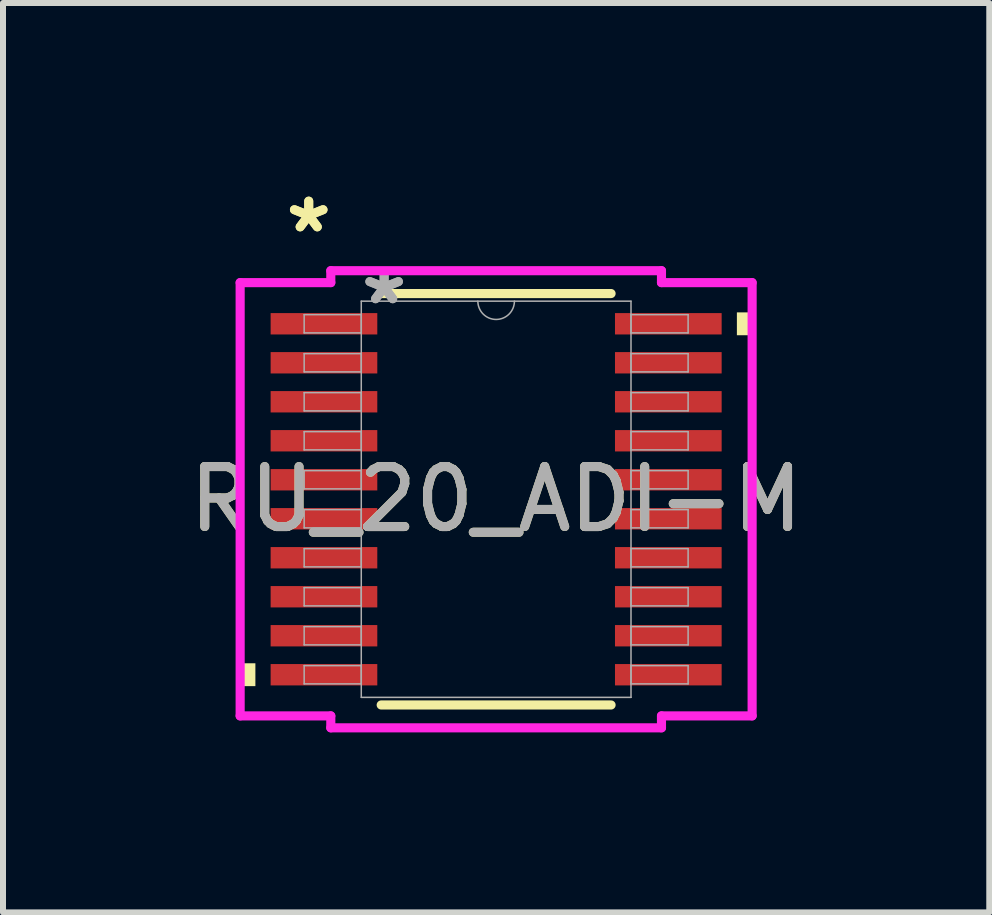
<source format=kicad_pcb>
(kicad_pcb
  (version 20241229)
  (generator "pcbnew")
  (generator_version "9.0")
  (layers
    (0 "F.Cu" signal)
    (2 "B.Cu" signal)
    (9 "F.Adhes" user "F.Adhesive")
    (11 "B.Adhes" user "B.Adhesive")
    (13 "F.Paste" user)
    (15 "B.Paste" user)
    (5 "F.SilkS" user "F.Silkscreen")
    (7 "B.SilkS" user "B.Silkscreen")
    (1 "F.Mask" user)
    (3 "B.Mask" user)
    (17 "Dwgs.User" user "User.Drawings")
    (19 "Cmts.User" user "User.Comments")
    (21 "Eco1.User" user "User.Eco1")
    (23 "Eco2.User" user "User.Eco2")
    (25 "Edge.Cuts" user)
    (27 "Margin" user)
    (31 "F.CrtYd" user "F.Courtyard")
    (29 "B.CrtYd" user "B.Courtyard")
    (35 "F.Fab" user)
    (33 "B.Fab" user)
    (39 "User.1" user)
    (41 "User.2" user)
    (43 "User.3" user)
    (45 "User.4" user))
  (footprint "RU_20_ADI-M"
    (layer "F.Cu")
    (at 5.22 5.272)
    (property "Reference" "RU_20_ADI-M" (at 0 0 0) (unlocked yes) (layer "F.SilkS") (effects (font (size 1 1) (thickness 0.15))))
    (attr smd)
    (fp_line (start -1.916 3.429) (end 1.916 3.429) (stroke (width 0.152) (type solid)) (layer "F.SilkS"))
    (fp_line (start 1.916 -3.429) (end -1.916 -3.429) (stroke (width 0.152) (type solid)) (layer "F.SilkS"))
    (fp_poly (pts (xy -4.267 2.734) (xy -4.267 3.115) (xy -4.013 3.115) (xy -4.013 2.734)) (stroke (width 0) (type solid)) (fill yes) (layer "F.SilkS"))
    (fp_poly (pts (xy 4.267 -3.115) (xy 4.267 -2.734) (xy 4.013 -2.734) (xy 4.013 -3.115)) (stroke (width 0) (type solid)) (fill yes) (layer "F.SilkS"))
    (fp_line (start -4.267 -3.611) (end -2.756 -3.611) (stroke (width 0.152) (type solid)) (layer "F.CrtYd"))
    (fp_line (start -4.267 3.611) (end -4.267 -3.611) (stroke (width 0.152) (type solid)) (layer "F.CrtYd"))
    (fp_line (start -4.267 3.611) (end -2.756 3.611) (stroke (width 0.152) (type solid)) (layer "F.CrtYd"))
    (fp_line (start -2.756 -3.81) (end 2.756 -3.81) (stroke (width 0.152) (type solid)) (layer "F.CrtYd"))
    (fp_line (start -2.756 -3.611) (end -2.756 -3.81) (stroke (width 0.152) (type solid)) (layer "F.CrtYd"))
    (fp_line (start -2.756 3.81) (end -2.756 3.611) (stroke (width 0.152) (type solid)) (layer "F.CrtYd"))
    (fp_line (start 2.756 -3.81) (end 2.756 -3.611) (stroke (width 0.152) (type solid)) (layer "F.CrtYd"))
    (fp_line (start 2.756 3.611) (end 2.756 3.81) (stroke (width 0.152) (type solid)) (layer "F.CrtYd"))
    (fp_line (start 2.756 3.81) (end -2.756 3.81) (stroke (width 0.152) (type solid)) (layer "F.CrtYd"))
    (fp_line (start 4.267 -3.611) (end 2.756 -3.611) (stroke (width 0.152) (type solid)) (layer "F.CrtYd"))
    (fp_line (start 4.267 -3.611) (end 4.267 3.611) (stroke (width 0.152) (type solid)) (layer "F.CrtYd"))
    (fp_line (start 4.267 3.611) (end 2.756 3.611) (stroke (width 0.152) (type solid)) (layer "F.CrtYd"))
    (fp_line (start -3.2 -3.077) (end -3.2 -2.773) (stroke (width 0.025) (type solid)) (layer "F.Fab"))
    (fp_line (start -3.2 -2.773) (end -2.248 -2.773) (stroke (width 0.025) (type solid)) (layer "F.Fab"))
    (fp_line (start -3.2 -2.427) (end -3.2 -2.123) (stroke (width 0.025) (type solid)) (layer "F.Fab"))
    (fp_line (start -3.2 -2.123) (end -2.248 -2.123) (stroke (width 0.025) (type solid)) (layer "F.Fab"))
    (fp_line (start -3.2 -1.777) (end -3.2 -1.473) (stroke (width 0.025) (type solid)) (layer "F.Fab"))
    (fp_line (start -3.2 -1.473) (end -2.248 -1.473) (stroke (width 0.025) (type solid)) (layer "F.Fab"))
    (fp_line (start -3.2 -1.127) (end -3.2 -0.823) (stroke (width 0.025) (type solid)) (layer "F.Fab"))
    (fp_line (start -3.2 -0.823) (end -2.248 -0.823) (stroke (width 0.025) (type solid)) (layer "F.Fab"))
    (fp_line (start -3.2 -0.477) (end -3.2 -0.173) (stroke (width 0.025) (type solid)) (layer "F.Fab"))
    (fp_line (start -3.2 -0.173) (end -2.248 -0.173) (stroke (width 0.025) (type solid)) (layer "F.Fab"))
    (fp_line (start -3.2 0.173) (end -3.2 0.477) (stroke (width 0.025) (type solid)) (layer "F.Fab"))
    (fp_line (start -3.2 0.477) (end -2.248 0.477) (stroke (width 0.025) (type solid)) (layer "F.Fab"))
    (fp_line (start -3.2 0.823) (end -3.2 1.127) (stroke (width 0.025) (type solid)) (layer "F.Fab"))
    (fp_line (start -3.2 1.127) (end -2.248 1.127) (stroke (width 0.025) (type solid)) (layer "F.Fab"))
    (fp_line (start -3.2 1.473) (end -3.2 1.777) (stroke (width 0.025) (type solid)) (layer "F.Fab"))
    (fp_line (start -3.2 1.777) (end -2.248 1.777) (stroke (width 0.025) (type solid)) (layer "F.Fab"))
    (fp_line (start -3.2 2.123) (end -3.2 2.427) (stroke (width 0.025) (type solid)) (layer "F.Fab"))
    (fp_line (start -3.2 2.427) (end -2.248 2.427) (stroke (width 0.025) (type solid)) (layer "F.Fab"))
    (fp_line (start -3.2 2.773) (end -3.2 3.077) (stroke (width 0.025) (type solid)) (layer "F.Fab"))
    (fp_line (start -3.2 3.077) (end -2.248 3.077) (stroke (width 0.025) (type solid)) (layer "F.Fab"))
    (fp_line (start -2.248 -3.302) (end -2.248 3.302) (stroke (width 0.025) (type solid)) (layer "F.Fab"))
    (fp_line (start -2.248 -3.077) (end -3.2 -3.077) (stroke (width 0.025) (type solid)) (layer "F.Fab"))
    (fp_line (start -2.248 -2.773) (end -2.248 -3.077) (stroke (width 0.025) (type solid)) (layer "F.Fab"))
    (fp_line (start -2.248 -2.427) (end -3.2 -2.427) (stroke (width 0.025) (type solid)) (layer "F.Fab"))
    (fp_line (start -2.248 -2.123) (end -2.248 -2.427) (stroke (width 0.025) (type solid)) (layer "F.Fab"))
    (fp_line (start -2.248 -1.777) (end -3.2 -1.777) (stroke (width 0.025) (type solid)) (layer "F.Fab"))
    (fp_line (start -2.248 -1.473) (end -2.248 -1.777) (stroke (width 0.025) (type solid)) (layer "F.Fab"))
    (fp_line (start -2.248 -1.127) (end -3.2 -1.127) (stroke (width 0.025) (type solid)) (layer "F.Fab"))
    (fp_line (start -2.248 -0.823) (end -2.248 -1.127) (stroke (width 0.025) (type solid)) (layer "F.Fab"))
    (fp_line (start -2.248 -0.477) (end -3.2 -0.477) (stroke (width 0.025) (type solid)) (layer "F.Fab"))
    (fp_line (start -2.248 -0.173) (end -2.248 -0.477) (stroke (width 0.025) (type solid)) (layer "F.Fab"))
    (fp_line (start -2.248 0.173) (end -3.2 0.173) (stroke (width 0.025) (type solid)) (layer "F.Fab"))
    (fp_line (start -2.248 0.477) (end -2.248 0.173) (stroke (width 0.025) (type solid)) (layer "F.Fab"))
    (fp_line (start -2.248 0.823) (end -3.2 0.823) (stroke (width 0.025) (type solid)) (layer "F.Fab"))
    (fp_line (start -2.248 1.127) (end -2.248 0.823) (stroke (width 0.025) (type solid)) (layer "F.Fab"))
    (fp_line (start -2.248 1.473) (end -3.2 1.473) (stroke (width 0.025) (type solid)) (layer "F.Fab"))
    (fp_line (start -2.248 1.777) (end -2.248 1.473) (stroke (width 0.025) (type solid)) (layer "F.Fab"))
    (fp_line (start -2.248 2.123) (end -3.2 2.123) (stroke (width 0.025) (type solid)) (layer "F.Fab"))
    (fp_line (start -2.248 2.427) (end -2.248 2.123) (stroke (width 0.025) (type solid)) (layer "F.Fab"))
    (fp_line (start -2.248 2.773) (end -3.2 2.773) (stroke (width 0.025) (type solid)) (layer "F.Fab"))
    (fp_line (start -2.248 3.077) (end -2.248 2.773) (stroke (width 0.025) (type solid)) (layer "F.Fab"))
    (fp_line (start -2.248 3.302) (end 2.248 3.302) (stroke (width 0.025) (type solid)) (layer "F.Fab"))
    (fp_line (start 2.248 -3.302) (end -2.248 -3.302) (stroke (width 0.025) (type solid)) (layer "F.Fab"))
    (fp_line (start 2.248 -3.077) (end 2.248 -2.773) (stroke (width 0.025) (type solid)) (layer "F.Fab"))
    (fp_line (start 2.248 -2.773) (end 3.2 -2.773) (stroke (width 0.025) (type solid)) (layer "F.Fab"))
    (fp_line (start 2.248 -2.427) (end 2.248 -2.123) (stroke (width 0.025) (type solid)) (layer "F.Fab"))
    (fp_line (start 2.248 -2.123) (end 3.2 -2.123) (stroke (width 0.025) (type solid)) (layer "F.Fab"))
    (fp_line (start 2.248 -1.777) (end 2.248 -1.473) (stroke (width 0.025) (type solid)) (layer "F.Fab"))
    (fp_line (start 2.248 -1.473) (end 3.2 -1.473) (stroke (width 0.025) (type solid)) (layer "F.Fab"))
    (fp_line (start 2.248 -1.127) (end 2.248 -0.823) (stroke (width 0.025) (type solid)) (layer "F.Fab"))
    (fp_line (start 2.248 -0.823) (end 3.2 -0.823) (stroke (width 0.025) (type solid)) (layer "F.Fab"))
    (fp_line (start 2.248 -0.477) (end 2.248 -0.173) (stroke (width 0.025) (type solid)) (layer "F.Fab"))
    (fp_line (start 2.248 -0.173) (end 3.2 -0.173) (stroke (width 0.025) (type solid)) (layer "F.Fab"))
    (fp_line (start 2.248 0.173) (end 2.248 0.477) (stroke (width 0.025) (type solid)) (layer "F.Fab"))
    (fp_line (start 2.248 0.477) (end 3.2 0.477) (stroke (width 0.025) (type solid)) (layer "F.Fab"))
    (fp_line (start 2.248 0.823) (end 2.248 1.127) (stroke (width 0.025) (type solid)) (layer "F.Fab"))
    (fp_line (start 2.248 1.127) (end 3.2 1.127) (stroke (width 0.025) (type solid)) (layer "F.Fab"))
    (fp_line (start 2.248 1.473) (end 2.248 1.777) (stroke (width 0.025) (type solid)) (layer "F.Fab"))
    (fp_line (start 2.248 1.777) (end 3.2 1.777) (stroke (width 0.025) (type solid)) (layer "F.Fab"))
    (fp_line (start 2.248 2.123) (end 2.248 2.427) (stroke (width 0.025) (type solid)) (layer "F.Fab"))
    (fp_line (start 2.248 2.427) (end 3.2 2.427) (stroke (width 0.025) (type solid)) (layer "F.Fab"))
    (fp_line (start 2.248 2.773) (end 2.248 3.077) (stroke (width 0.025) (type solid)) (layer "F.Fab"))
    (fp_line (start 2.248 3.077) (end 3.2 3.077) (stroke (width 0.025) (type solid)) (layer "F.Fab"))
    (fp_line (start 2.248 3.302) (end 2.248 -3.302) (stroke (width 0.025) (type solid)) (layer "F.Fab"))
    (fp_line (start 3.2 -3.077) (end 2.248 -3.077) (stroke (width 0.025) (type solid)) (layer "F.Fab"))
    (fp_line (start 3.2 -2.773) (end 3.2 -3.077) (stroke (width 0.025) (type solid)) (layer "F.Fab"))
    (fp_line (start 3.2 -2.427) (end 2.248 -2.427) (stroke (width 0.025) (type solid)) (layer "F.Fab"))
    (fp_line (start 3.2 -2.123) (end 3.2 -2.427) (stroke (width 0.025) (type solid)) (layer "F.Fab"))
    (fp_line (start 3.2 -1.777) (end 2.248 -1.777) (stroke (width 0.025) (type solid)) (layer "F.Fab"))
    (fp_line (start 3.2 -1.473) (end 3.2 -1.777) (stroke (width 0.025) (type solid)) (layer "F.Fab"))
    (fp_line (start 3.2 -1.127) (end 2.248 -1.127) (stroke (width 0.025) (type solid)) (layer "F.Fab"))
    (fp_line (start 3.2 -0.823) (end 3.2 -1.127) (stroke (width 0.025) (type solid)) (layer "F.Fab"))
    (fp_line (start 3.2 -0.477) (end 2.248 -0.477) (stroke (width 0.025) (type solid)) (layer "F.Fab"))
    (fp_line (start 3.2 -0.173) (end 3.2 -0.477) (stroke (width 0.025) (type solid)) (layer "F.Fab"))
    (fp_line (start 3.2 0.173) (end 2.248 0.173) (stroke (width 0.025) (type solid)) (layer "F.Fab"))
    (fp_line (start 3.2 0.477) (end 3.2 0.173) (stroke (width 0.025) (type solid)) (layer "F.Fab"))
    (fp_line (start 3.2 0.823) (end 2.248 0.823) (stroke (width 0.025) (type solid)) (layer "F.Fab"))
    (fp_line (start 3.2 1.127) (end 3.2 0.823) (stroke (width 0.025) (type solid)) (layer "F.Fab"))
    (fp_line (start 3.2 1.473) (end 2.248 1.473) (stroke (width 0.025) (type solid)) (layer "F.Fab"))
    (fp_line (start 3.2 1.777) (end 3.2 1.473) (stroke (width 0.025) (type solid)) (layer "F.Fab"))
    (fp_line (start 3.2 2.123) (end 2.248 2.123) (stroke (width 0.025) (type solid)) (layer "F.Fab"))
    (fp_line (start 3.2 2.427) (end 3.2 2.123) (stroke (width 0.025) (type solid)) (layer "F.Fab"))
    (fp_line (start 3.2 2.773) (end 2.248 2.773) (stroke (width 0.025) (type solid)) (layer "F.Fab"))
    (fp_line (start 3.2 3.077) (end 3.2 2.773) (stroke (width 0.025) (type solid)) (layer "F.Fab"))
    (fp_arc (start 0.3048 -3.302) (mid 0 -2.9972) (end -0.3048 -3.302) (stroke (width 0.0254) (type solid)) (layer "F.Fab"))
    (fp_text user "*" (at -3.124 -4.424 0) (unlocked yes) (layer "F.SilkS") (effects (font (size 1 1) (thickness 0.15))))
    (fp_text user "*" (at -3.124 -4.424 0) (layer "F.SilkS") (effects (font (size 1 1) (thickness 0.15))))
    (fp_text user "${REFERENCE}" (at 0 0 0) (unlocked yes) (layer "F.Fab") (effects (font (size 1 1) (thickness 0.15))))
    (fp_text user "*" (at -1.867 -3.226 0) (unlocked yes) (layer "F.Fab") (effects (font (size 1 1) (thickness 0.15))))
    (fp_text user "*" (at -1.867 -3.226 0) (layer "F.Fab") (effects (font (size 1 1) (thickness 0.15))))
    (pad "1" smd rect (at -2.87 -2.925) (size 1.778 0.356) (layers "F.Cu" "F.Mask" "F.Paste"))
    (pad "2" smd rect (at -2.87 -2.275) (size 1.778 0.356) (layers "F.Cu" "F.Mask" "F.Paste"))
    (pad "3" smd rect (at -2.87 -1.625) (size 1.778 0.356) (layers "F.Cu" "F.Mask" "F.Paste"))
    (pad "4" smd rect (at -2.87 -0.975) (size 1.778 0.356) (layers "F.Cu" "F.Mask" "F.Paste"))
    (pad "5" smd rect (at -2.87 -0.325) (size 1.778 0.356) (layers "F.Cu" "F.Mask" "F.Paste"))
    (pad "6" smd rect (at -2.87 0.325) (size 1.778 0.356) (layers "F.Cu" "F.Mask" "F.Paste"))
    (pad "7" smd rect (at -2.87 0.975) (size 1.778 0.356) (layers "F.Cu" "F.Mask" "F.Paste"))
    (pad "8" smd rect (at -2.87 1.625) (size 1.778 0.356) (layers "F.Cu" "F.Mask" "F.Paste"))
    (pad "9" smd rect (at -2.87 2.275) (size 1.778 0.356) (layers "F.Cu" "F.Mask" "F.Paste"))
    (pad "10" smd rect (at -2.87 2.925) (size 1.778 0.356) (layers "F.Cu" "F.Mask" "F.Paste"))
    (pad "11" smd rect (at 2.87 2.925) (size 1.778 0.356) (layers "F.Cu" "F.Mask" "F.Paste"))
    (pad "12" smd rect (at 2.87 2.275) (size 1.778 0.356) (layers "F.Cu" "F.Mask" "F.Paste"))
    (pad "13" smd rect (at 2.87 1.625) (size 1.778 0.356) (layers "F.Cu" "F.Mask" "F.Paste"))
    (pad "14" smd rect (at 2.87 0.975) (size 1.778 0.356) (layers "F.Cu" "F.Mask" "F.Paste"))
    (pad "15" smd rect (at 2.87 0.325) (size 1.778 0.356) (layers "F.Cu" "F.Mask" "F.Paste"))
    (pad "16" smd rect (at 2.87 -0.325) (size 1.778 0.356) (layers "F.Cu" "F.Mask" "F.Paste"))
    (pad "17" smd rect (at 2.87 -0.975) (size 1.778 0.356) (layers "F.Cu" "F.Mask" "F.Paste"))
    (pad "18" smd rect (at 2.87 -1.625) (size 1.778 0.356) (layers "F.Cu" "F.Mask" "F.Paste"))
    (pad "19" smd rect (at 2.87 -2.275) (size 1.778 0.356) (layers "F.Cu" "F.Mask" "F.Paste"))
    (pad "20" smd rect (at 2.87 -2.925) (size 1.778 0.356) (layers "F.Cu" "F.Mask" "F.Paste")))
  (gr_rect
    (start -3 -3)
    (end 13.44 12.158)
    (stroke (width 0.1) (type default))
    (fill no)
    (layer "Edge.Cuts")))
</source>
